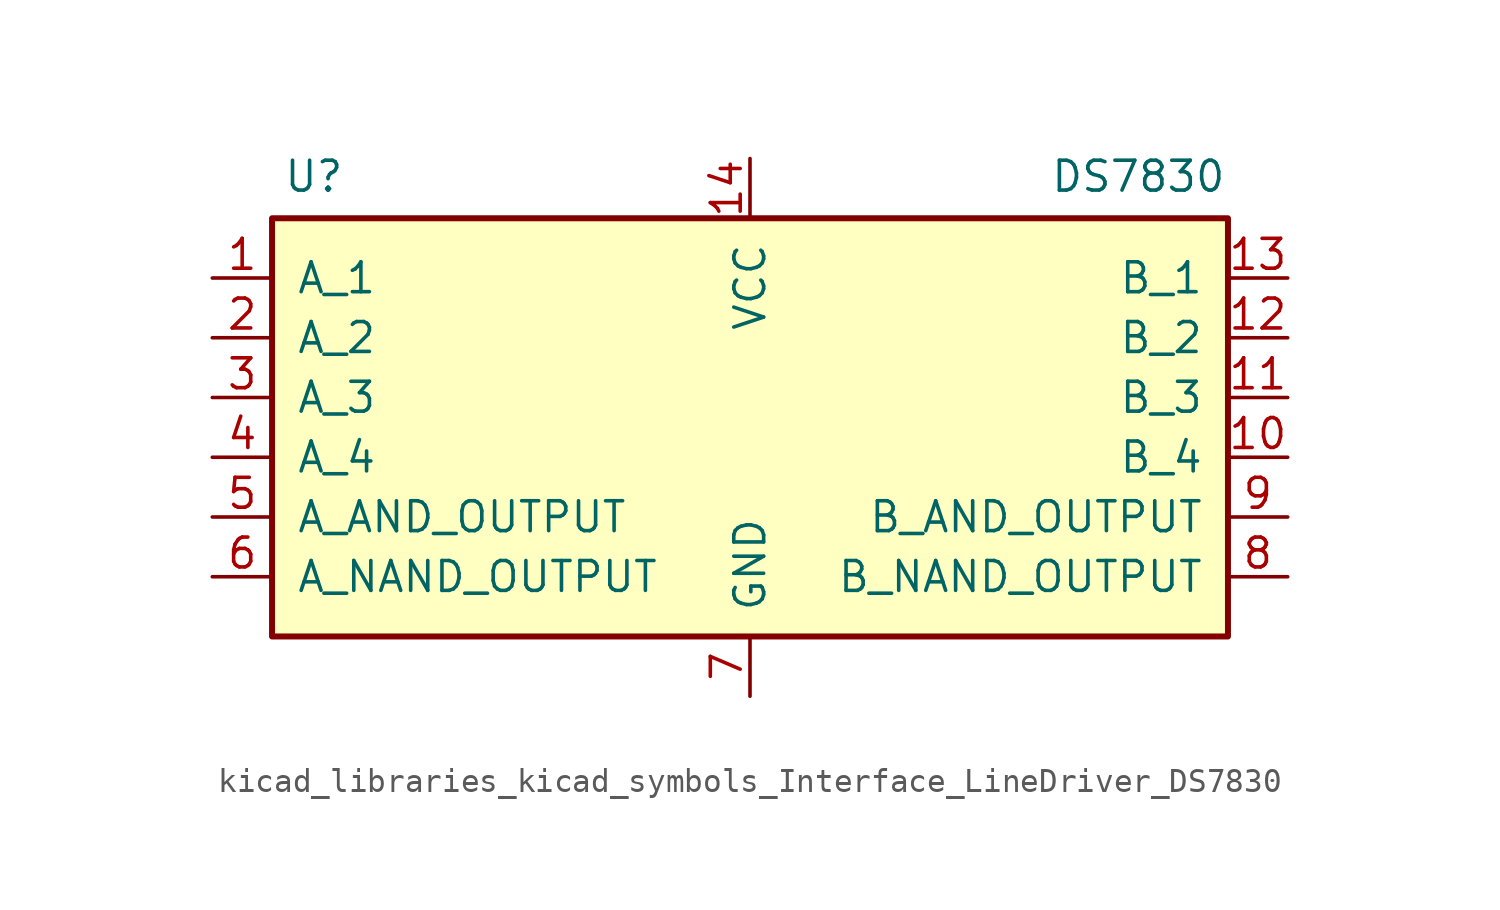
<source format=kicad_sym>
(kicad_symbol_lib
  (version 20220914)
  (generator kicad_symbol_editor)
  (symbol "kicad_libraries_kicad_symbols_Interface_LineDriver_DS7830"
    (pin_names
      (offset 1.016))
    (property "Reference" "U"
      (at -18.542 9.398 0)
      (effects (font (size 1.27 1.27))))
    (property "Value" "DS7830"
      (at 16.51 9.398 0)
      (effects (font (size 1.27 1.27))))
    (symbol "kicad_libraries_kicad_symbols_Interface_LineDriver_DS7830_0_1"
      (rectangle (start -20.32 7.62) (end 20.32 -10.16) (stroke (width 0.254) (type default)) (fill (type background))))
    (symbol "kicad_libraries_kicad_symbols_Interface_LineDriver_DS7830_1_1"
      (pin input line (at -22.86 5.08 0) (length 2.54) (name "A_1" (effects (font (size 1.27 1.27)))) (number "1" (effects (font (size 1.27 1.27)))))
      (pin input line (at 22.86 -2.54 180) (length 2.54) (name "B_4" (effects (font (size 1.27 1.27)))) (number "10" (effects (font (size 1.27 1.27)))))
      (pin input line (at 22.86 0 180) (length 2.54) (name "B_3" (effects (font (size 1.27 1.27)))) (number "11" (effects (font (size 1.27 1.27)))))
      (pin input line (at 22.86 2.54 180) (length 2.54) (name "B_2" (effects (font (size 1.27 1.27)))) (number "12" (effects (font (size 1.27 1.27)))))
      (pin input line (at 22.86 5.08 180) (length 2.54) (name "B_1" (effects (font (size 1.27 1.27)))) (number "13" (effects (font (size 1.27 1.27)))))
      (pin power_in line (at 0 10.16 270) (length 2.54) (name "VCC" (effects (font (size 1.27 1.27)))) (number "14" (effects (font (size 1.27 1.27)))))
      (pin input line (at -22.86 2.54 0) (length 2.54) (name "A_2" (effects (font (size 1.27 1.27)))) (number "2" (effects (font (size 1.27 1.27)))))
      (pin input line (at -22.86 0 0) (length 2.54) (name "A_3" (effects (font (size 1.27 1.27)))) (number "3" (effects (font (size 1.27 1.27)))))
      (pin input line (at -22.86 -2.54 0) (length 2.54) (name "A_4" (effects (font (size 1.27 1.27)))) (number "4" (effects (font (size 1.27 1.27)))))
      (pin input line (at -22.86 -5.08 0) (length 2.54) (name "A_AND_OUTPUT" (effects (font (size 1.27 1.27)))) (number "5" (effects (font (size 1.27 1.27)))))
      (pin input line (at -22.86 -7.62 0) (length 2.54) (name "A_NAND_OUTPUT" (effects (font (size 1.27 1.27)))) (number "6" (effects (font (size 1.27 1.27)))))
      (pin power_in line (at 0 -12.7 90) (length 2.54) (name "GND" (effects (font (size 1.27 1.27)))) (number "7" (effects (font (size 1.27 1.27)))))
      (pin input line (at 22.86 -7.62 180) (length 2.54) (name "B_NAND_OUTPUT" (effects (font (size 1.27 1.27)))) (number "8" (effects (font (size 1.27 1.27)))))
      (pin input line (at 22.86 -5.08 180) (length 2.54) (name "B_AND_OUTPUT" (effects (font (size 1.27 1.27)))) (number "9" (effects (font (size 1.27 1.27))))))))
</source>
